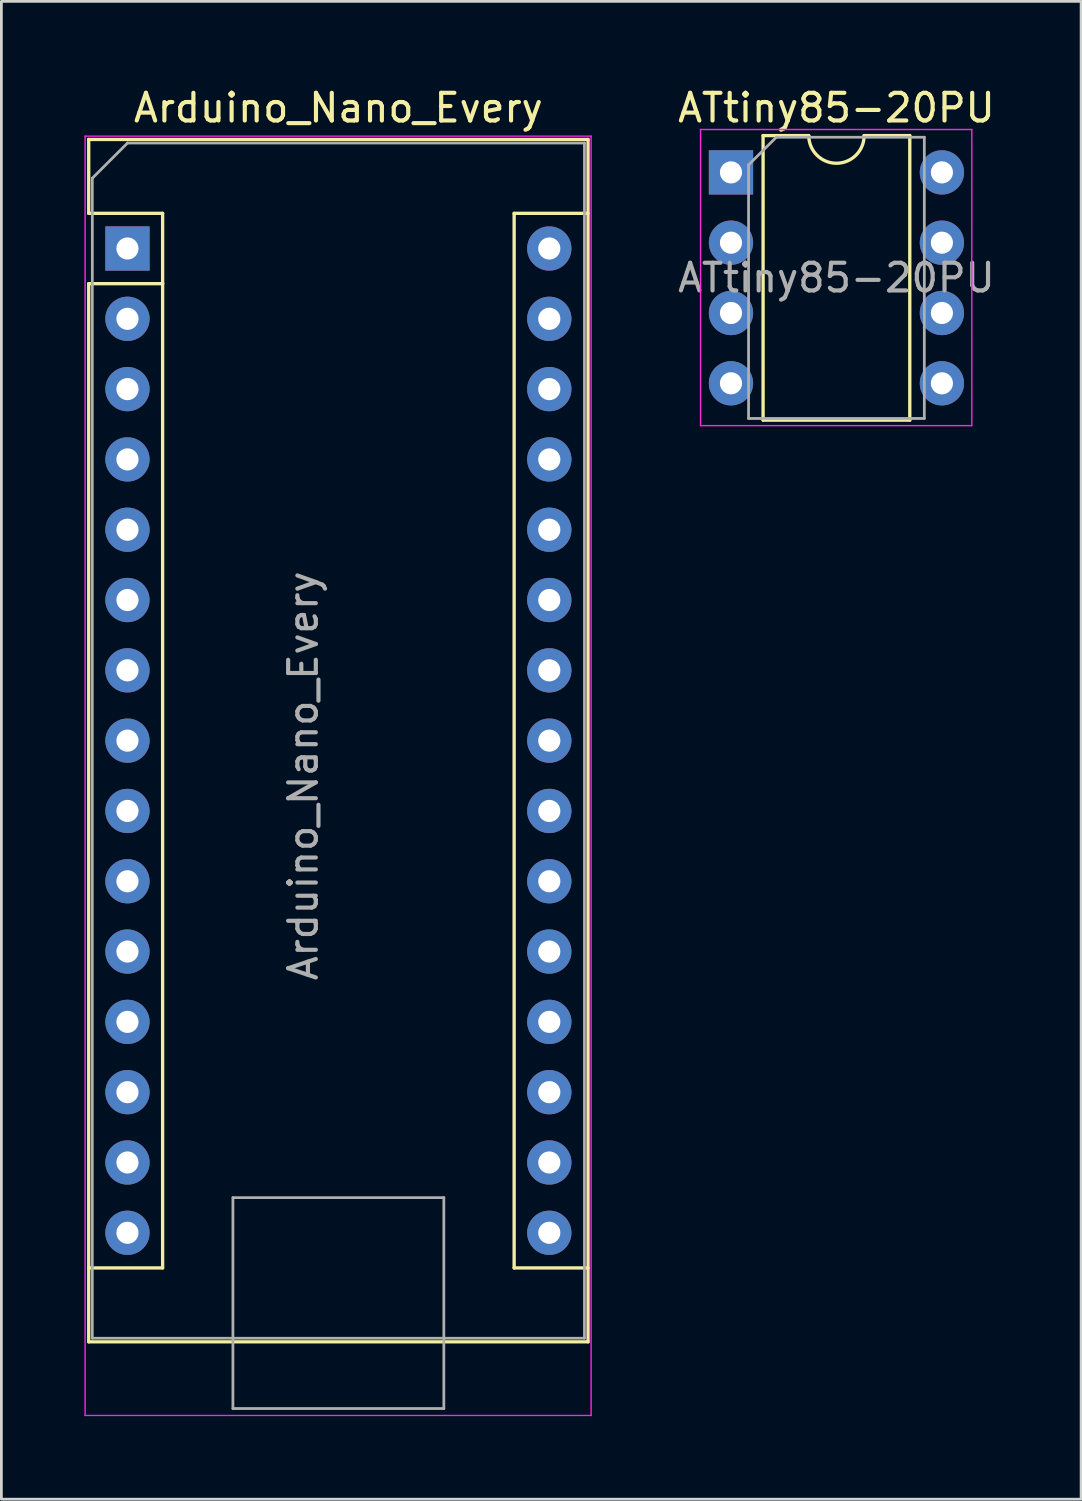
<source format=kicad_pcb>
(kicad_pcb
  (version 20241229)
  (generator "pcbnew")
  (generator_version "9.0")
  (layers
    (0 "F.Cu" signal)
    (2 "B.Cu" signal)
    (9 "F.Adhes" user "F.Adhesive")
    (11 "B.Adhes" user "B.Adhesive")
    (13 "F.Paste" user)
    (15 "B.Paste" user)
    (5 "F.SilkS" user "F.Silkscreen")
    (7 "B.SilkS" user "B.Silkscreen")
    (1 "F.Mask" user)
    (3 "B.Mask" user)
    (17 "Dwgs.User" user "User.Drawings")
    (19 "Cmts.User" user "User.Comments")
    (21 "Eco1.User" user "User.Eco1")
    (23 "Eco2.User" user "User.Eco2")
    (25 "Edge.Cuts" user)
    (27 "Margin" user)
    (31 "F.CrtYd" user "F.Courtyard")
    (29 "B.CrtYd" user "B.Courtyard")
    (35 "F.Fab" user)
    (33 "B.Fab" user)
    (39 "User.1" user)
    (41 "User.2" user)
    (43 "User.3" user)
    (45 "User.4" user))
  (footprint "Arduino_Nano_Every"
    (layer "F.Cu")
    (at 1.555 5.928)
    (property "Reference" "Arduino_Nano_Every" (at 7.62 -5.08 0) (layer "F.SilkS") (effects (font (size 1 1) (thickness 0.15))))
    (attr through_hole)
    (fp_line (start -1.4 -3.94) (end -1.4 -1.27) (stroke (width 0.12) (type solid)) (layer "F.SilkS"))
    (fp_line (start -1.4 1.27) (end -1.4 39.5) (stroke (width 0.12) (type solid)) (layer "F.SilkS"))
    (fp_line (start -1.4 39.5) (end 16.64 39.5) (stroke (width 0.12) (type solid)) (layer "F.SilkS"))
    (fp_line (start 1.27 -1.27) (end -1.4 -1.27) (stroke (width 0.12) (type solid)) (layer "F.SilkS"))
    (fp_line (start 1.27 1.27) (end -1.4 1.27) (stroke (width 0.12) (type solid)) (layer "F.SilkS"))
    (fp_line (start 1.27 1.27) (end 1.27 -1.27) (stroke (width 0.12) (type solid)) (layer "F.SilkS"))
    (fp_line (start 1.27 1.27) (end 1.27 36.83) (stroke (width 0.12) (type solid)) (layer "F.SilkS"))
    (fp_line (start 1.27 36.83) (end -1.4 36.83) (stroke (width 0.12) (type solid)) (layer "F.SilkS"))
    (fp_line (start 13.97 -1.27) (end 13.97 36.83) (stroke (width 0.12) (type solid)) (layer "F.SilkS"))
    (fp_line (start 13.97 -1.27) (end 16.64 -1.27) (stroke (width 0.12) (type solid)) (layer "F.SilkS"))
    (fp_line (start 13.97 36.83) (end 16.64 36.83) (stroke (width 0.12) (type solid)) (layer "F.SilkS"))
    (fp_line (start 16.64 -3.94) (end -1.4 -3.94) (stroke (width 0.12) (type solid)) (layer "F.SilkS"))
    (fp_line (start 16.64 39.5) (end 16.64 -3.94) (stroke (width 0.12) (type solid)) (layer "F.SilkS"))
    (fp_line (start -1.53 -4.06) (end -1.53 42.16) (stroke (width 0.05) (type solid)) (layer "F.CrtYd"))
    (fp_line (start -1.53 -4.06) (end 16.75 -4.06) (stroke (width 0.05) (type solid)) (layer "F.CrtYd"))
    (fp_line (start 16.75 42.16) (end -1.53 42.16) (stroke (width 0.05) (type solid)) (layer "F.CrtYd"))
    (fp_line (start 16.75 42.16) (end 16.75 -4.06) (stroke (width 0.05) (type solid)) (layer "F.CrtYd"))
    (fp_line (start -1.27 -2.54) (end 0 -3.81) (stroke (width 0.1) (type solid)) (layer "F.Fab"))
    (fp_line (start -1.27 39.37) (end -1.27 -2.54) (stroke (width 0.1) (type solid)) (layer "F.Fab"))
    (fp_line (start 0 -3.81) (end 16.51 -3.81) (stroke (width 0.1) (type solid)) (layer "F.Fab"))
    (fp_line (start 3.81 34.29) (end 11.43 34.29) (stroke (width 0.1) (type solid)) (layer "F.Fab"))
    (fp_line (start 3.81 41.91) (end 3.81 34.29) (stroke (width 0.1) (type solid)) (layer "F.Fab"))
    (fp_line (start 11.43 34.29) (end 11.43 41.91) (stroke (width 0.1) (type solid)) (layer "F.Fab"))
    (fp_line (start 11.43 41.91) (end 3.81 41.91) (stroke (width 0.1) (type solid)) (layer "F.Fab"))
    (fp_line (start 16.51 -3.81) (end 16.51 39.37) (stroke (width 0.1) (type solid)) (layer "F.Fab"))
    (fp_line (start 16.51 39.37) (end -1.27 39.37) (stroke (width 0.1) (type solid)) (layer "F.Fab"))
    (fp_text user "${REFERENCE}" (at 6.35 19.05 90) (layer "F.Fab") (effects (font (size 1 1) (thickness 0.15))))
    (pad "1" thru_hole rect (at 0 0) (size 1.6 1.6) (drill 0.8) (layers "*.Cu" "*.Mask"))
    (pad "2" thru_hole oval (at 0 2.54) (size 1.6 1.6) (drill 0.8) (layers "*.Cu" "*.Mask"))
    (pad "3" thru_hole oval (at 0 5.08) (size 1.6 1.6) (drill 0.8) (layers "*.Cu" "*.Mask"))
    (pad "4" thru_hole oval (at 0 7.62) (size 1.6 1.6) (drill 0.8) (layers "*.Cu" "*.Mask"))
    (pad "5" thru_hole oval (at 0 10.16) (size 1.6 1.6) (drill 0.8) (layers "*.Cu" "*.Mask"))
    (pad "6" thru_hole oval (at 0 12.7) (size 1.6 1.6) (drill 0.8) (layers "*.Cu" "*.Mask"))
    (pad "7" thru_hole oval (at 0 15.24) (size 1.6 1.6) (drill 0.8) (layers "*.Cu" "*.Mask"))
    (pad "8" thru_hole oval (at 0 17.78) (size 1.6 1.6) (drill 0.8) (layers "*.Cu" "*.Mask"))
    (pad "9" thru_hole oval (at 0 20.32) (size 1.6 1.6) (drill 0.8) (layers "*.Cu" "*.Mask"))
    (pad "10" thru_hole oval (at 0 22.86) (size 1.6 1.6) (drill 0.8) (layers "*.Cu" "*.Mask"))
    (pad "11" thru_hole oval (at 0 25.4) (size 1.6 1.6) (drill 0.8) (layers "*.Cu" "*.Mask"))
    (pad "12" thru_hole oval (at 0 27.94) (size 1.6 1.6) (drill 0.8) (layers "*.Cu" "*.Mask"))
    (pad "13" thru_hole oval (at 0 30.48) (size 1.6 1.6) (drill 0.8) (layers "*.Cu" "*.Mask"))
    (pad "14" thru_hole oval (at 0 33.02) (size 1.6 1.6) (drill 0.8) (layers "*.Cu" "*.Mask"))
    (pad "15" thru_hole oval (at 0 35.56) (size 1.6 1.6) (drill 0.8) (layers "*.Cu" "*.Mask"))
    (pad "16" thru_hole oval (at 15.24 35.56) (size 1.6 1.6) (drill 0.8) (layers "*.Cu" "*.Mask"))
    (pad "17" thru_hole oval (at 15.24 33.02) (size 1.6 1.6) (drill 0.8) (layers "*.Cu" "*.Mask"))
    (pad "18" thru_hole oval (at 15.24 30.48) (size 1.6 1.6) (drill 0.8) (layers "*.Cu" "*.Mask"))
    (pad "19" thru_hole oval (at 15.24 27.94) (size 1.6 1.6) (drill 0.8) (layers "*.Cu" "*.Mask"))
    (pad "20" thru_hole oval (at 15.24 25.4) (size 1.6 1.6) (drill 0.8) (layers "*.Cu" "*.Mask"))
    (pad "21" thru_hole oval (at 15.24 22.86) (size 1.6 1.6) (drill 0.8) (layers "*.Cu" "*.Mask"))
    (pad "22" thru_hole oval (at 15.24 20.32) (size 1.6 1.6) (drill 0.8) (layers "*.Cu" "*.Mask"))
    (pad "23" thru_hole oval (at 15.24 17.78) (size 1.6 1.6) (drill 0.8) (layers "*.Cu" "*.Mask"))
    (pad "24" thru_hole oval (at 15.24 15.24) (size 1.6 1.6) (drill 0.8) (layers "*.Cu" "*.Mask"))
    (pad "25" thru_hole oval (at 15.24 12.7) (size 1.6 1.6) (drill 0.8) (layers "*.Cu" "*.Mask"))
    (pad "26" thru_hole oval (at 15.24 10.16) (size 1.6 1.6) (drill 0.8) (layers "*.Cu" "*.Mask"))
    (pad "27" thru_hole oval (at 15.24 7.62) (size 1.6 1.6) (drill 0.8) (layers "*.Cu" "*.Mask"))
    (pad "28" thru_hole oval (at 15.24 5.08) (size 1.6 1.6) (drill 0.8) (layers "*.Cu" "*.Mask"))
    (pad "29" thru_hole oval (at 15.24 2.54) (size 1.6 1.6) (drill 0.8) (layers "*.Cu" "*.Mask"))
    (pad "30" thru_hole oval (at 15.24 0) (size 1.6 1.6) (drill 0.8) (layers "*.Cu" "*.Mask")))
  (footprint "ATtiny85-20PU"
    (layer "F.Cu")
    (at 23.359 3.178)
    (property "Reference" "ATtiny85-20PU" (at 3.81 -2.33 0) (layer "F.SilkS") (effects (font (size 1 1) (thickness 0.15))))
    (attr through_hole)
    (fp_line (start 1.16 -1.33) (end 1.16 8.95) (stroke (width 0.12) (type solid)) (layer "F.SilkS"))
    (fp_line (start 1.16 8.95) (end 6.46 8.95) (stroke (width 0.12) (type solid)) (layer "F.SilkS"))
    (fp_line (start 2.81 -1.33) (end 1.16 -1.33) (stroke (width 0.12) (type solid)) (layer "F.SilkS"))
    (fp_line (start 6.46 -1.33) (end 4.81 -1.33) (stroke (width 0.12) (type solid)) (layer "F.SilkS"))
    (fp_line (start 6.46 8.95) (end 6.46 -1.33) (stroke (width 0.12) (type solid)) (layer "F.SilkS"))
    (fp_arc (start 4.81 -1.33) (mid 3.81 -0.33) (end 2.81 -1.33) (stroke (width 0.12) (type solid)) (layer "F.SilkS"))
    (fp_line (start -1.1 -1.55) (end -1.1 9.15) (stroke (width 0.05) (type solid)) (layer "F.CrtYd"))
    (fp_line (start -1.1 9.15) (end 8.7 9.15) (stroke (width 0.05) (type solid)) (layer "F.CrtYd"))
    (fp_line (start 8.7 -1.55) (end -1.1 -1.55) (stroke (width 0.05) (type solid)) (layer "F.CrtYd"))
    (fp_line (start 8.7 9.15) (end 8.7 -1.55) (stroke (width 0.05) (type solid)) (layer "F.CrtYd"))
    (fp_line (start 0.635 -0.27) (end 1.635 -1.27) (stroke (width 0.1) (type solid)) (layer "F.Fab"))
    (fp_line (start 0.635 8.89) (end 0.635 -0.27) (stroke (width 0.1) (type solid)) (layer "F.Fab"))
    (fp_line (start 1.635 -1.27) (end 6.985 -1.27) (stroke (width 0.1) (type solid)) (layer "F.Fab"))
    (fp_line (start 6.985 -1.27) (end 6.985 8.89) (stroke (width 0.1) (type solid)) (layer "F.Fab"))
    (fp_line (start 6.985 8.89) (end 0.635 8.89) (stroke (width 0.1) (type solid)) (layer "F.Fab"))
    (fp_text user "${REFERENCE}" (at 3.81 3.81 0) (layer "F.Fab") (effects (font (size 1 1) (thickness 0.15))))
    (pad "1" thru_hole rect (at 0 0) (size 1.6 1.6) (drill 0.8) (layers "*.Cu" "*.Mask"))
    (pad "2" thru_hole oval (at 0 2.54) (size 1.6 1.6) (drill 0.8) (layers "*.Cu" "*.Mask"))
    (pad "3" thru_hole oval (at 0 5.08) (size 1.6 1.6) (drill 0.8) (layers "*.Cu" "*.Mask"))
    (pad "4" thru_hole oval (at 0 7.62) (size 1.6 1.6) (drill 0.8) (layers "*.Cu" "*.Mask"))
    (pad "5" thru_hole oval (at 7.62 7.62) (size 1.6 1.6) (drill 0.8) (layers "*.Cu" "*.Mask"))
    (pad "6" thru_hole oval (at 7.62 5.08) (size 1.6 1.6) (drill 0.8) (layers "*.Cu" "*.Mask"))
    (pad "7" thru_hole oval (at 7.62 2.54) (size 1.6 1.6) (drill 0.8) (layers "*.Cu" "*.Mask"))
    (pad "8" thru_hole oval (at 7.62 0) (size 1.6 1.6) (drill 0.8) (layers "*.Cu" "*.Mask")))
  (gr_rect
    (start -3 -3)
    (end 36.009 51.113)
    (stroke (width 0.1) (type default))
    (fill no)
    (layer "Edge.Cuts")))
</source>
